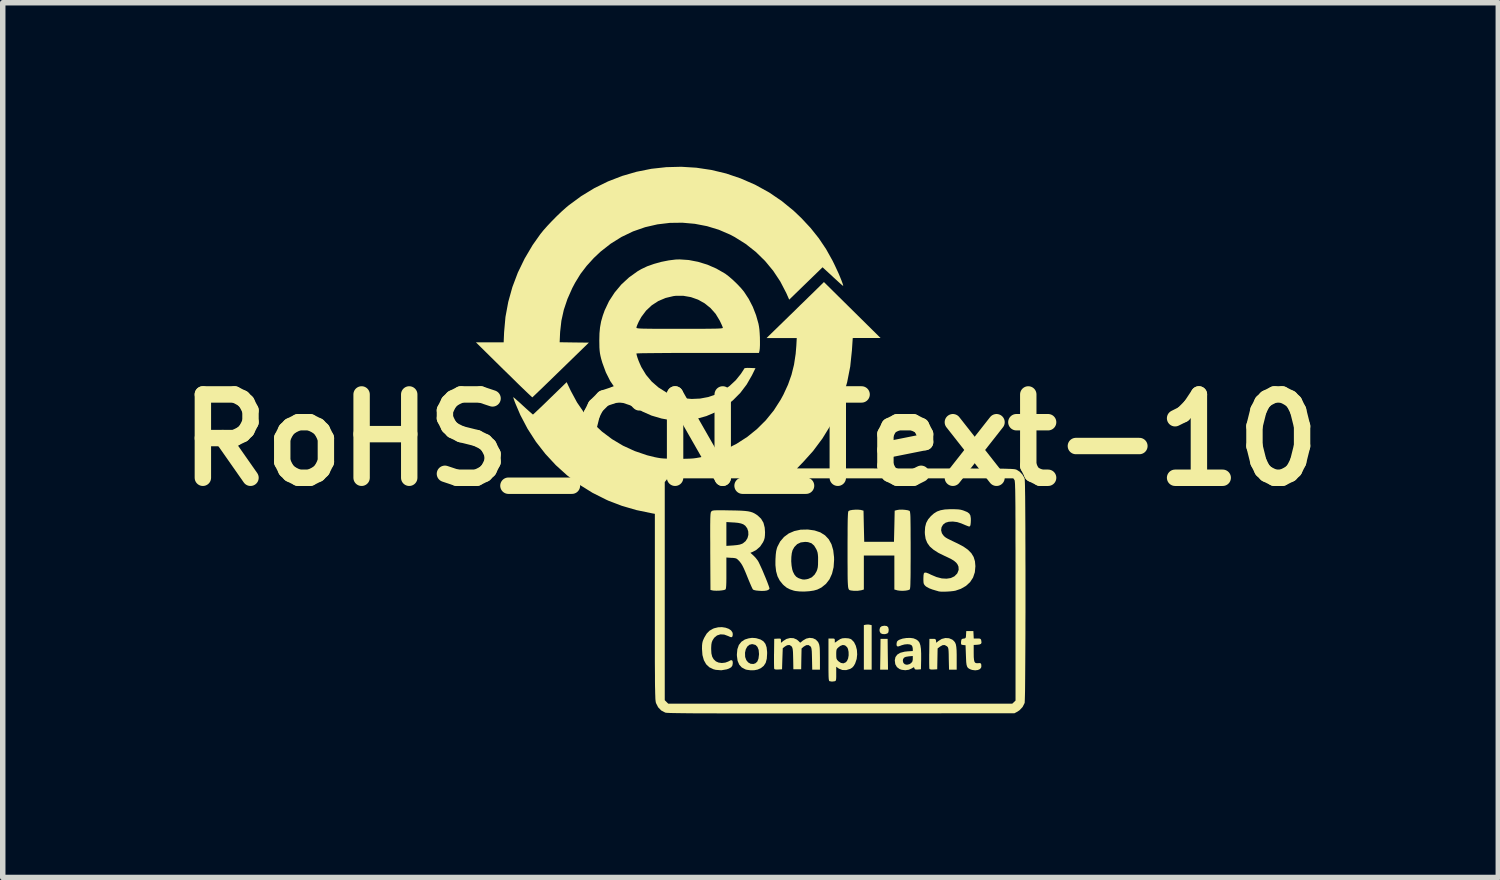
<source format=kicad_pcb>
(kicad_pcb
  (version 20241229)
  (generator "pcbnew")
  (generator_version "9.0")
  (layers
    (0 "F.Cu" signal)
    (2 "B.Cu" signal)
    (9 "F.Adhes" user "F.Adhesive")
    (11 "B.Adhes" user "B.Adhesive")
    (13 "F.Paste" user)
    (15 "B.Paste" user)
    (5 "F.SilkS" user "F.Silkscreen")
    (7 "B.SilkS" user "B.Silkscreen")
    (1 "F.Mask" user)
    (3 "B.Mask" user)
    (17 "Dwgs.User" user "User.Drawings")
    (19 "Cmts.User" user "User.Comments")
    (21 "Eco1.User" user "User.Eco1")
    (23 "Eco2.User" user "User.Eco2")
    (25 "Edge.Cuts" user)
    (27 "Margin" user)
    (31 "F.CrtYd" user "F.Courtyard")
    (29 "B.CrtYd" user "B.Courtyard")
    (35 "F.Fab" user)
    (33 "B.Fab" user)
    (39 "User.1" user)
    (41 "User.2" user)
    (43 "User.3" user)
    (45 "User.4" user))
  (footprint "RoHS_CN_Text-10"
    (layer "F.Cu")
    (at 10.675 4.998)
    (property "Reference" "RoHS_CN_Text-10" (at 0 0 0) (layer "F.SilkS") (effects (font (size 1.524 1.524) (thickness 0.3))))
    (attr board_only exclude_from_pos_files exclude_from_bom)
    (fp_poly (pts (xy 2.511 3.917) (xy 2.515 4.199) (xy 2.371 4.199) (xy 2.375 3.917) (xy 2.378 3.635) (xy 2.508 3.635)) (stroke (width 0) (type solid)) (fill yes) (layer "F.SilkS"))
    (fp_poly (pts (xy 2.182 3.377) (xy 2.216 3.385) (xy 2.216 4.199) (xy 2.073 4.199) (xy 2.073 3.384) (xy 2.111 3.376) (xy 2.151 3.373)) (stroke (width 0) (type solid)) (fill yes) (layer "F.SilkS"))
    (fp_poly (pts (xy 2.492 3.401) (xy 2.517 3.421) (xy 2.527 3.46) (xy 2.527 3.475) (xy 2.522 3.515) (xy 2.504 3.536) (xy 2.502 3.537) (xy 2.462 3.549) (xy 2.418 3.548) (xy 2.384 3.535) (xy 2.379 3.53) (xy 2.364 3.503) (xy 2.359 3.473) (xy 2.369 3.43) (xy 2.399 3.404) (xy 2.448 3.395) (xy 2.448 3.395)) (stroke (width 0) (type solid)) (fill yes) (layer "F.SilkS"))
    (fp_poly (pts (xy 3.63 3.624) (xy 3.69 3.649) (xy 3.7 3.657) (xy 3.724 3.679) (xy 3.743 3.705) (xy 3.756 3.738) (xy 3.764 3.783) (xy 3.769 3.843) (xy 3.771 3.923) (xy 3.771 3.985) (xy 3.771 4.199) (xy 3.631 4.199) (xy 3.626 3.997) (xy 3.625 3.92) (xy 3.623 3.865) (xy 3.62 3.827) (xy 3.615 3.803) (xy 3.608 3.787) (xy 3.598 3.776) (xy 3.591 3.77) (xy 3.553 3.749) (xy 3.514 3.75) (xy 3.469 3.775) (xy 3.465 3.778) (xy 3.422 3.811) (xy 3.415 4.192) (xy 3.347 4.196) (xy 3.3 4.196) (xy 3.276 4.189) (xy 3.272 4.183) (xy 3.27 4.165) (xy 3.269 4.126) (xy 3.268 4.069) (xy 3.268 3.998) (xy 3.268 3.919) (xy 3.269 3.9) (xy 3.272 3.635) (xy 3.331 3.635) (xy 3.367 3.636) (xy 3.385 3.644) (xy 3.392 3.661) (xy 3.393 3.671) (xy 3.397 3.707) (xy 3.436 3.675) (xy 3.497 3.637) (xy 3.564 3.62)) (stroke (width 0) (type solid)) (fill yes) (layer "F.SilkS"))
    (fp_poly (pts (xy 0.087 3.621) (xy 0.111 3.625) (xy 0.183 3.647) (xy 0.236 3.68) (xy 0.273 3.727) (xy 0.295 3.791) (xy 0.304 3.875) (xy 0.304 3.907) (xy 0.298 4) (xy 0.278 4.074) (xy 0.242 4.129) (xy 0.19 4.171) (xy 0.131 4.197) (xy 0.071 4.209) (xy 0.000406 4.21) (xy -0.067 4.201) (xy -0.095 4.193) (xy -0.16 4.158) (xy -0.206 4.107) (xy -0.236 4.037) (xy -0.248 3.948) (xy -0.249 3.92) (xy -0.246 3.888) (xy -0.1 3.888) (xy -0.098 3.958) (xy -0.097 3.968) (xy -0.077 4.024) (xy -0.043 4.066) (xy 0.002 4.091) (xy 0.052 4.095) (xy 0.091 4.082) (xy 0.125 4.05) (xy 0.146 3.997) (xy 0.155 3.926) (xy 0.156 3.914) (xy 0.149 3.837) (xy 0.127 3.782) (xy 0.092 3.747) (xy 0.041 3.733) (xy 0.026 3.732) (xy -0.021 3.744) (xy -0.059 3.777) (xy -0.086 3.826) (xy -0.1 3.888) (xy -0.246 3.888) (xy -0.24 3.825) (xy -0.213 3.748) (xy -0.167 3.689) (xy -0.103 3.647) (xy -0.034 3.626) (xy 0.028 3.617)) (stroke (width 0) (type solid)) (fill yes) (layer "F.SilkS"))
    (fp_poly (pts (xy 4.083 3.629) (xy 4.147 3.629) (xy 4.186 3.63) (xy 4.207 3.637) (xy 4.217 3.652) (xy 4.219 3.66) (xy 4.225 3.701) (xy 4.216 3.726) (xy 4.188 3.738) (xy 4.15 3.743) (xy 4.082 3.747) (xy 4.082 3.892) (xy 4.083 3.968) (xy 4.088 4.021) (xy 4.097 4.056) (xy 4.112 4.074) (xy 4.136 4.081) (xy 4.165 4.08) (xy 4.197 4.078) (xy 4.213 4.087) (xy 4.22 4.103) (xy 4.222 4.139) (xy 4.218 4.16) (xy 4.197 4.188) (xy 4.158 4.205) (xy 4.109 4.211) (xy 4.055 4.204) (xy 4.024 4.194) (xy 3.996 4.18) (xy 3.975 4.164) (xy 3.961 4.141) (xy 3.951 4.108) (xy 3.945 4.06) (xy 3.942 3.993) (xy 3.94 3.941) (xy 3.933 3.752) (xy 3.89 3.748) (xy 3.863 3.743) (xy 3.852 3.733) (xy 3.85 3.708) (xy 3.851 3.689) (xy 3.856 3.655) (xy 3.866 3.638) (xy 3.888 3.632) (xy 3.897 3.631) (xy 3.921 3.627) (xy 3.934 3.617) (xy 3.94 3.594) (xy 3.942 3.56) (xy 3.946 3.493) (xy 4.076 3.493)) (stroke (width 0) (type solid)) (fill yes) (layer "F.SilkS"))
    (fp_poly (pts (xy -0.457 3.431) (xy -0.4 3.451) (xy -0.356 3.48) (xy -0.33 3.518) (xy -0.324 3.547) (xy -0.328 3.586) (xy -0.341 3.604) (xy -0.366 3.603) (xy -0.408 3.584) (xy -0.481 3.557) (xy -0.55 3.553) (xy -0.612 3.573) (xy -0.663 3.615) (xy -0.693 3.661) (xy -0.708 3.698) (xy -0.716 3.742) (xy -0.719 3.801) (xy -0.719 3.823) (xy -0.715 3.901) (xy -0.701 3.96) (xy -0.675 4.007) (xy -0.635 4.045) (xy -0.631 4.048) (xy -0.584 4.069) (xy -0.524 4.077) (xy -0.462 4.07) (xy -0.406 4.05) (xy -0.398 4.045) (xy -0.36 4.026) (xy -0.337 4.027) (xy -0.326 4.049) (xy -0.324 4.081) (xy -0.331 4.123) (xy -0.353 4.155) (xy -0.395 4.179) (xy -0.435 4.193) (xy -0.534 4.21) (xy -0.635 4.202) (xy -0.678 4.191) (xy -0.753 4.155) (xy -0.811 4.1) (xy -0.853 4.025) (xy -0.879 3.931) (xy -0.887 3.818) (xy -0.887 3.815) (xy -0.886 3.755) (xy -0.881 3.711) (xy -0.872 3.674) (xy -0.855 3.634) (xy -0.844 3.611) (xy -0.801 3.539) (xy -0.75 3.487) (xy -0.686 3.45) (xy -0.662 3.441) (xy -0.592 3.424) (xy -0.522 3.421)) (stroke (width 0) (type solid)) (fill yes) (layer "F.SilkS"))
    (fp_poly (pts (xy 1.142 3.624) (xy 1.195 3.649) (xy 1.236 3.693) (xy 1.245 3.712) (xy 1.255 3.736) (xy 1.261 3.764) (xy 1.266 3.801) (xy 1.268 3.851) (xy 1.269 3.919) (xy 1.27 3.982) (xy 1.27 4.199) (xy 1.129 4.199) (xy 1.125 3.999) (xy 1.123 3.921) (xy 1.121 3.865) (xy 1.117 3.826) (xy 1.112 3.8) (xy 1.104 3.783) (xy 1.096 3.772) (xy 1.061 3.749) (xy 1.02 3.751) (xy 0.974 3.777) (xy 0.973 3.778) (xy 0.934 3.812) (xy 0.93 4.002) (xy 0.927 4.192) (xy 0.784 4.192) (xy 0.781 4.017) (xy 0.779 3.936) (xy 0.777 3.876) (xy 0.773 3.833) (xy 0.767 3.804) (xy 0.759 3.784) (xy 0.747 3.769) (xy 0.744 3.766) (xy 0.71 3.747) (xy 0.668 3.753) (xy 0.629 3.776) (xy 0.59 3.807) (xy 0.583 4) (xy 0.577 4.192) (xy 0.509 4.196) (xy 0.462 4.196) (xy 0.438 4.189) (xy 0.434 4.183) (xy 0.432 4.165) (xy 0.431 4.126) (xy 0.43 4.069) (xy 0.43 3.998) (xy 0.43 3.919) (xy 0.431 3.9) (xy 0.434 3.635) (xy 0.496 3.631) (xy 0.533 3.63) (xy 0.551 3.634) (xy 0.557 3.648) (xy 0.557 3.668) (xy 0.557 3.709) (xy 0.597 3.675) (xy 0.658 3.637) (xy 0.724 3.62) (xy 0.788 3.623) (xy 0.846 3.648) (xy 0.871 3.668) (xy 0.909 3.706) (xy 0.959 3.666) (xy 1.019 3.631) (xy 1.081 3.617)) (stroke (width 0) (type solid)) (fill yes) (layer "F.SilkS"))
    (fp_poly (pts (xy 2.981 3.626) (xy 2.988 3.629) (xy 3.032 3.647) (xy 3.066 3.672) (xy 3.091 3.706) (xy 3.107 3.754) (xy 3.117 3.818) (xy 3.121 3.902) (xy 3.121 4.007) (xy 3.121 4.011) (xy 3.117 4.192) (xy 3.061 4.196) (xy 3.024 4.197) (xy 3.006 4.19) (xy 2.998 4.174) (xy 2.992 4.157) (xy 2.983 4.155) (xy 2.962 4.168) (xy 2.951 4.175) (xy 2.897 4.2) (xy 2.832 4.209) (xy 2.765 4.201) (xy 2.727 4.188) (xy 2.678 4.152) (xy 2.648 4.099) (xy 2.64 4.038) (xy 2.786 4.038) (xy 2.797 4.077) (xy 2.824 4.101) (xy 2.861 4.109) (xy 2.905 4.099) (xy 2.934 4.081) (xy 2.958 4.055) (xy 2.967 4.021) (xy 2.968 4.002) (xy 2.968 3.949) (xy 2.897 3.955) (xy 2.841 3.964) (xy 2.807 3.98) (xy 2.79 4.008) (xy 2.786 4.038) (xy 2.64 4.038) (xy 2.639 4.031) (xy 2.639 4.027) (xy 2.651 3.969) (xy 2.685 3.923) (xy 2.74 3.89) (xy 2.818 3.87) (xy 2.874 3.864) (xy 2.968 3.858) (xy 2.968 3.816) (xy 2.962 3.78) (xy 2.947 3.753) (xy 2.947 3.753) (xy 2.917 3.738) (xy 2.87 3.733) (xy 2.816 3.738) (xy 2.762 3.753) (xy 2.748 3.759) (xy 2.706 3.774) (xy 2.682 3.772) (xy 2.671 3.751) (xy 2.672 3.718) (xy 2.679 3.686) (xy 2.699 3.665) (xy 2.726 3.65) (xy 2.782 3.631) (xy 2.851 3.62) (xy 2.921 3.618)) (stroke (width 0) (type solid)) (fill yes) (layer "F.SilkS"))
    (fp_poly (pts (xy 1.792 3.626) (xy 1.832 3.638) (xy 1.849 3.649) (xy 1.894 3.696) (xy 1.926 3.761) (xy 1.946 3.838) (xy 1.951 3.92) (xy 1.942 4.003) (xy 1.916 4.08) (xy 1.914 4.086) (xy 1.888 4.131) (xy 1.861 4.161) (xy 1.825 4.184) (xy 1.819 4.186) (xy 1.75 4.207) (xy 1.68 4.205) (xy 1.617 4.18) (xy 1.608 4.174) (xy 1.568 4.145) (xy 1.568 4.274) (xy 1.568 4.333) (xy 1.566 4.371) (xy 1.562 4.393) (xy 1.554 4.405) (xy 1.542 4.41) (xy 1.539 4.411) (xy 1.49 4.417) (xy 1.448 4.41) (xy 1.442 4.407) (xy 1.437 4.399) (xy 1.433 4.383) (xy 1.43 4.358) (xy 1.428 4.319) (xy 1.427 4.265) (xy 1.426 4.193) (xy 1.426 4.099) (xy 1.426 4.016) (xy 1.426 3.916) (xy 1.568 3.916) (xy 1.569 3.965) (xy 1.573 3.996) (xy 1.584 4.019) (xy 1.603 4.04) (xy 1.608 4.045) (xy 1.655 4.076) (xy 1.7 4.083) (xy 1.741 4.065) (xy 1.764 4.041) (xy 1.785 3.995) (xy 1.795 3.937) (xy 1.794 3.875) (xy 1.783 3.82) (xy 1.767 3.788) (xy 1.73 3.755) (xy 1.688 3.747) (xy 1.641 3.765) (xy 1.615 3.785) (xy 1.59 3.808) (xy 1.576 3.828) (xy 1.57 3.854) (xy 1.568 3.894) (xy 1.568 3.916) (xy 1.426 3.916) (xy 1.426 3.629) (xy 1.484 3.629) (xy 1.52 3.63) (xy 1.537 3.636) (xy 1.542 3.653) (xy 1.542 3.667) (xy 1.542 3.706) (xy 1.602 3.664) (xy 1.642 3.639) (xy 1.678 3.626) (xy 1.724 3.622) (xy 1.737 3.622)) (stroke (width 0) (type solid)) (fill yes) (layer "F.SilkS"))
    (fp_poly (pts (xy 1.05 1.636) (xy 1.172 1.653) (xy 1.277 1.688) (xy 1.363 1.742) (xy 1.431 1.814) (xy 1.481 1.905) (xy 1.513 2.014) (xy 1.528 2.143) (xy 1.529 2.19) (xy 1.52 2.325) (xy 1.491 2.444) (xy 1.445 2.546) (xy 1.38 2.63) (xy 1.298 2.696) (xy 1.222 2.734) (xy 1.158 2.752) (xy 1.078 2.764) (xy 0.99 2.77) (xy 0.903 2.769) (xy 0.827 2.761) (xy 0.793 2.754) (xy 0.721 2.73) (xy 0.664 2.701) (xy 0.613 2.66) (xy 0.591 2.639) (xy 0.535 2.57) (xy 0.494 2.491) (xy 0.468 2.398) (xy 0.456 2.288) (xy 0.456 2.217) (xy 0.745 2.217) (xy 0.751 2.295) (xy 0.763 2.364) (xy 0.776 2.406) (xy 0.804 2.461) (xy 0.835 2.498) (xy 0.874 2.523) (xy 0.903 2.534) (xy 0.948 2.548) (xy 0.985 2.551) (xy 1.028 2.545) (xy 1.055 2.539) (xy 1.121 2.51) (xy 1.174 2.459) (xy 1.209 2.399) (xy 1.222 2.364) (xy 1.231 2.325) (xy 1.235 2.276) (xy 1.236 2.208) (xy 1.236 2.203) (xy 1.236 2.138) (xy 1.232 2.091) (xy 1.226 2.054) (xy 1.214 2.019) (xy 1.203 1.995) (xy 1.164 1.93) (xy 1.115 1.887) (xy 1.052 1.866) (xy 0.999 1.862) (xy 0.919 1.872) (xy 0.854 1.903) (xy 0.802 1.956) (xy 0.769 2.015) (xy 0.755 2.069) (xy 0.747 2.139) (xy 0.745 2.217) (xy 0.456 2.217) (xy 0.457 2.176) (xy 0.462 2.094) (xy 0.47 2.03) (xy 0.483 1.978) (xy 0.492 1.952) (xy 0.543 1.854) (xy 0.613 1.772) (xy 0.699 1.708) (xy 0.801 1.664) (xy 0.916 1.639) (xy 1.044 1.636)) (stroke (width 0) (type solid)) (fill yes) (layer "F.SilkS"))
    (fp_poly (pts (xy 2.827 1.276) (xy 2.874 1.283) (xy 2.905 1.293) (xy 2.909 1.296) (xy 2.914 1.302) (xy 2.917 1.315) (xy 2.92 1.336) (xy 2.923 1.367) (xy 2.925 1.41) (xy 2.926 1.468) (xy 2.927 1.542) (xy 2.928 1.634) (xy 2.928 1.746) (xy 2.929 1.881) (xy 2.929 2.015) (xy 2.929 2.173) (xy 2.928 2.306) (xy 2.928 2.417) (xy 2.927 2.508) (xy 2.925 2.581) (xy 2.924 2.637) (xy 2.922 2.678) (xy 2.919 2.706) (xy 2.916 2.724) (xy 2.912 2.732) (xy 2.911 2.733) (xy 2.883 2.745) (xy 2.839 2.753) (xy 2.785 2.757) (xy 2.732 2.755) (xy 2.687 2.749) (xy 2.686 2.748) (xy 2.631 2.733) (xy 2.631 2.112) (xy 2.073 2.112) (xy 2.073 2.733) (xy 2.025 2.747) (xy 1.959 2.757) (xy 1.884 2.756) (xy 1.84 2.751) (xy 1.826 2.748) (xy 1.815 2.745) (xy 1.805 2.739) (xy 1.797 2.729) (xy 1.79 2.711) (xy 1.785 2.685) (xy 1.782 2.648) (xy 1.779 2.598) (xy 1.777 2.534) (xy 1.776 2.452) (xy 1.776 2.351) (xy 1.775 2.23) (xy 1.775 2.085) (xy 1.775 2.015) (xy 1.775 1.86) (xy 1.776 1.729) (xy 1.776 1.619) (xy 1.777 1.53) (xy 1.778 1.459) (xy 1.78 1.403) (xy 1.782 1.362) (xy 1.784 1.332) (xy 1.787 1.313) (xy 1.791 1.301) (xy 1.795 1.296) (xy 1.821 1.285) (xy 1.864 1.277) (xy 1.916 1.273) (xy 1.969 1.273) (xy 2.013 1.277) (xy 2.022 1.279) (xy 2.067 1.291) (xy 2.073 1.575) (xy 2.08 1.86) (xy 2.624 1.86) (xy 2.631 1.575) (xy 2.637 1.291) (xy 2.683 1.279) (xy 2.723 1.273) (xy 2.774 1.272)) (stroke (width 0) (type solid)) (fill yes) (layer "F.SilkS"))
    (fp_poly (pts (xy 3.747 1.265) (xy 3.802 1.268) (xy 3.845 1.274) (xy 3.885 1.285) (xy 3.907 1.293) (xy 3.965 1.317) (xy 4.001 1.344) (xy 4.021 1.378) (xy 4.029 1.427) (xy 4.03 1.463) (xy 4.028 1.51) (xy 4.024 1.548) (xy 4.018 1.568) (xy 4.012 1.576) (xy 4.005 1.58) (xy 3.993 1.58) (xy 3.971 1.572) (xy 3.935 1.558) (xy 3.881 1.535) (xy 3.855 1.524) (xy 3.78 1.5) (xy 3.701 1.49) (xy 3.626 1.494) (xy 3.568 1.511) (xy 3.522 1.546) (xy 3.494 1.594) (xy 3.486 1.648) (xy 3.5 1.703) (xy 3.524 1.739) (xy 3.54 1.757) (xy 3.556 1.772) (xy 3.576 1.786) (xy 3.605 1.803) (xy 3.645 1.823) (xy 3.701 1.85) (xy 3.776 1.886) (xy 3.785 1.89) (xy 3.893 1.947) (xy 3.977 2.006) (xy 4.039 2.069) (xy 4.081 2.138) (xy 4.105 2.217) (xy 4.113 2.307) (xy 4.103 2.417) (xy 4.07 2.515) (xy 4.016 2.598) (xy 3.941 2.667) (xy 3.846 2.721) (xy 3.749 2.754) (xy 3.709 2.761) (xy 3.654 2.767) (xy 3.594 2.771) (xy 3.534 2.773) (xy 3.482 2.772) (xy 3.447 2.768) (xy 3.441 2.767) (xy 3.423 2.761) (xy 3.387 2.751) (xy 3.341 2.737) (xy 3.335 2.736) (xy 3.269 2.711) (xy 3.218 2.683) (xy 3.202 2.671) (xy 3.182 2.65) (xy 3.17 2.63) (xy 3.164 2.602) (xy 3.162 2.561) (xy 3.162 2.536) (xy 3.164 2.477) (xy 3.17 2.44) (xy 3.186 2.423) (xy 3.215 2.425) (xy 3.26 2.442) (xy 3.3 2.462) (xy 3.402 2.505) (xy 3.498 2.53) (xy 3.586 2.535) (xy 3.664 2.523) (xy 3.729 2.492) (xy 3.778 2.443) (xy 3.784 2.433) (xy 3.807 2.374) (xy 3.804 2.315) (xy 3.785 2.272) (xy 3.761 2.241) (xy 3.726 2.211) (xy 3.677 2.18) (xy 3.609 2.146) (xy 3.551 2.119) (xy 3.437 2.063) (xy 3.348 2.006) (xy 3.28 1.947) (xy 3.233 1.881) (xy 3.203 1.808) (xy 3.19 1.724) (xy 3.188 1.684) (xy 3.194 1.591) (xy 3.213 1.516) (xy 3.248 1.451) (xy 3.298 1.392) (xy 3.354 1.342) (xy 3.412 1.306) (xy 3.477 1.283) (xy 3.554 1.269) (xy 3.65 1.264) (xy 3.674 1.264)) (stroke (width 0) (type solid)) (fill yes) (layer "F.SilkS"))
    (fp_poly (pts (xy -0.99 -4.981) (xy -0.716 -4.94) (xy -0.445 -4.875) (xy -0.18 -4.785) (xy 0.08 -4.672) (xy 0.097 -4.663) (xy 0.342 -4.528) (xy 0.571 -4.372) (xy 0.787 -4.196) (xy 0.927 -4.063) (xy 1.099 -3.879) (xy 1.249 -3.691) (xy 1.382 -3.493) (xy 1.501 -3.28) (xy 1.543 -3.194) (xy 1.576 -3.123) (xy 1.609 -3.052) (xy 1.638 -2.983) (xy 1.663 -2.921) (xy 1.682 -2.87) (xy 1.693 -2.835) (xy 1.695 -2.819) (xy 1.695 -2.818) (xy 1.685 -2.826) (xy 1.658 -2.848) (xy 1.619 -2.883) (xy 1.57 -2.928) (xy 1.513 -2.98) (xy 1.505 -2.988) (xy 1.318 -3.16) (xy 1.013 -2.864) (xy 0.708 -2.568) (xy 0.654 -2.69) (xy 0.545 -2.9) (xy 0.415 -3.096) (xy 0.265 -3.277) (xy 0.097 -3.441) (xy -0.088 -3.587) (xy -0.289 -3.713) (xy -0.372 -3.757) (xy -0.578 -3.846) (xy -0.795 -3.912) (xy -1.018 -3.955) (xy -1.245 -3.975) (xy -1.474 -3.972) (xy -1.701 -3.945) (xy -1.923 -3.894) (xy -1.927 -3.893) (xy -2.148 -3.816) (xy -2.358 -3.715) (xy -2.557 -3.591) (xy -2.743 -3.445) (xy -2.864 -3.331) (xy -2.996 -3.186) (xy -3.109 -3.038) (xy -3.207 -2.878) (xy -3.259 -2.78) (xy -3.348 -2.579) (xy -3.414 -2.382) (xy -3.458 -2.184) (xy -3.481 -1.981) (xy -3.483 -1.947) (xy -3.49 -1.789) (xy -3.223 -1.785) (xy -2.956 -1.782) (xy -3.469 -1.283) (xy -3.565 -1.19) (xy -3.655 -1.102) (xy -3.738 -1.022) (xy -3.812 -0.95) (xy -3.876 -0.889) (xy -3.927 -0.84) (xy -3.964 -0.805) (xy -3.985 -0.785) (xy -3.99 -0.781) (xy -4 -0.79) (xy -4.027 -0.815) (xy -4.07 -0.855) (xy -4.125 -0.908) (xy -4.193 -0.973) (xy -4.27 -1.048) (xy -4.355 -1.132) (xy -4.447 -1.222) (xy -4.51 -1.283) (xy -5.022 -1.788) (xy -4.768 -1.788) (xy -4.514 -1.788) (xy -4.506 -1.973) (xy -4.481 -2.252) (xy -4.43 -2.527) (xy -4.355 -2.797) (xy -4.255 -3.062) (xy -4.131 -3.318) (xy -3.984 -3.567) (xy -3.844 -3.765) (xy -3.787 -3.836) (xy -3.714 -3.918) (xy -3.631 -4.006) (xy -3.543 -4.095) (xy -3.455 -4.179) (xy -3.372 -4.253) (xy -3.324 -4.293) (xy -3.096 -4.461) (xy -2.856 -4.607) (xy -2.606 -4.73) (xy -2.348 -4.83) (xy -2.083 -4.907) (xy -1.813 -4.961) (xy -1.54 -4.991) (xy -1.265 -4.998)) (stroke (width 0) (type solid)) (fill yes) (layer "F.SilkS"))
    (fp_poly (pts (xy -0.481 1.284) (xy -0.383 1.286) (xy -0.376 1.286) (xy -0.263 1.288) (xy -0.173 1.291) (xy -0.101 1.296) (xy -0.043 1.303) (xy 0.003 1.313) (xy 0.042 1.326) (xy 0.078 1.344) (xy 0.114 1.367) (xy 0.132 1.38) (xy 0.194 1.439) (xy 0.237 1.512) (xy 0.26 1.601) (xy 0.266 1.685) (xy 0.264 1.745) (xy 0.259 1.789) (xy 0.248 1.827) (xy 0.229 1.869) (xy 0.176 1.948) (xy 0.105 2.01) (xy 0.045 2.042) (xy -0.002 2.062) (xy 0.054 2.112) (xy 0.094 2.153) (xy 0.131 2.201) (xy 0.145 2.224) (xy 0.166 2.267) (xy 0.192 2.323) (xy 0.221 2.387) (xy 0.25 2.457) (xy 0.279 2.526) (xy 0.305 2.591) (xy 0.326 2.647) (xy 0.341 2.689) (xy 0.347 2.714) (xy 0.348 2.718) (xy 0.333 2.735) (xy 0.303 2.75) (xy 0.298 2.751) (xy 0.258 2.757) (xy 0.206 2.759) (xy 0.152 2.756) (xy 0.101 2.751) (xy 0.063 2.742) (xy 0.045 2.733) (xy 0.035 2.716) (xy 0.017 2.678) (xy -0.006 2.625) (xy -0.033 2.561) (xy -0.059 2.497) (xy -0.094 2.411) (xy -0.123 2.345) (xy -0.148 2.295) (xy -0.171 2.257) (xy -0.194 2.227) (xy -0.2 2.219) (xy -0.23 2.188) (xy -0.254 2.169) (xy -0.28 2.16) (xy -0.318 2.155) (xy -0.348 2.154) (xy -0.441 2.148) (xy -0.441 2.433) (xy -0.441 2.53) (xy -0.442 2.604) (xy -0.444 2.658) (xy -0.447 2.695) (xy -0.451 2.719) (xy -0.457 2.731) (xy -0.459 2.733) (xy -0.482 2.742) (xy -0.523 2.749) (xy -0.574 2.754) (xy -0.626 2.755) (xy -0.672 2.753) (xy -0.693 2.75) (xy -0.732 2.741) (xy -0.736 2.036) (xy -0.736 1.882) (xy -0.737 1.752) (xy -0.737 1.644) (xy -0.737 1.555) (xy -0.736 1.499) (xy -0.441 1.499) (xy -0.441 1.935) (xy -0.316 1.927) (xy -0.246 1.92) (xy -0.195 1.911) (xy -0.156 1.897) (xy -0.139 1.889) (xy -0.089 1.848) (xy -0.055 1.794) (xy -0.039 1.734) (xy -0.041 1.672) (xy -0.06 1.614) (xy -0.096 1.566) (xy -0.133 1.54) (xy -0.174 1.525) (xy -0.227 1.514) (xy -0.3 1.507) (xy -0.313 1.507) (xy -0.441 1.499) (xy -0.736 1.499) (xy -0.736 1.484) (xy -0.735 1.429) (xy -0.733 1.387) (xy -0.731 1.356) (xy -0.728 1.335) (xy -0.725 1.32) (xy -0.72 1.311) (xy -0.716 1.306) (xy -0.708 1.298) (xy -0.697 1.292) (xy -0.679 1.288) (xy -0.652 1.285) (xy -0.612 1.284) (xy -0.556 1.284)) (stroke (width 0) (type solid)) (fill yes) (layer "F.SilkS"))
    (fp_poly (pts (xy -1.13 -3.293) (xy -0.959 -3.26) (xy -0.789 -3.208) (xy -0.626 -3.137) (xy -0.476 -3.051) (xy -0.461 -3.042) (xy -0.394 -2.991) (xy -0.319 -2.926) (xy -0.243 -2.853) (xy -0.173 -2.779) (xy -0.116 -2.71) (xy -0.116 -2.709) (xy -0.032 -2.581) (xy 0.042 -2.437) (xy 0.102 -2.283) (xy 0.146 -2.127) (xy 0.156 -2.073) (xy 0.163 -2.021) (xy 0.168 -1.954) (xy 0.172 -1.88) (xy 0.173 -1.804) (xy 0.173 -1.734) (xy 0.17 -1.675) (xy 0.165 -1.634) (xy 0.164 -1.63) (xy 0.155 -1.594) (xy -0.966 -1.594) (xy -1.134 -1.594) (xy -1.294 -1.594) (xy -1.445 -1.593) (xy -1.584 -1.592) (xy -1.711 -1.591) (xy -1.822 -1.59) (xy -1.916 -1.589) (xy -1.991 -1.588) (xy -2.046 -1.586) (xy -2.078 -1.585) (xy -2.086 -1.583) (xy -2.081 -1.554) (xy -2.067 -1.507) (xy -2.047 -1.451) (xy -2.022 -1.392) (xy -1.997 -1.337) (xy -1.995 -1.333) (xy -1.91 -1.193) (xy -1.806 -1.069) (xy -1.684 -0.963) (xy -1.545 -0.875) (xy -1.39 -0.808) (xy -1.374 -0.802) (xy -1.229 -0.766) (xy -1.076 -0.752) (xy -0.922 -0.759) (xy -0.772 -0.787) (xy -0.645 -0.83) (xy -0.509 -0.9) (xy -0.383 -0.989) (xy -0.27 -1.094) (xy -0.177 -1.209) (xy -0.171 -1.218) (xy -0.145 -1.258) (xy -0.124 -1.29) (xy -0.115 -1.309) (xy -0.114 -1.309) (xy -0.099 -1.316) (xy -0.061 -1.32) (xy -0.009 -1.319) (xy 0.091 -1.315) (xy 0.027 -1.185) (xy -0.07 -1.016) (xy -0.186 -0.863) (xy -0.32 -0.728) (xy -0.469 -0.611) (xy -0.631 -0.514) (xy -0.806 -0.439) (xy -0.99 -0.387) (xy -1.018 -0.382) (xy -1.077 -0.373) (xy -1.149 -0.365) (xy -1.228 -0.359) (xy -1.304 -0.356) (xy -1.371 -0.355) (xy -1.421 -0.358) (xy -1.426 -0.358) (xy -1.626 -0.394) (xy -1.81 -0.448) (xy -1.979 -0.523) (xy -2.135 -0.618) (xy -2.281 -0.735) (xy -2.348 -0.8) (xy -2.467 -0.936) (xy -2.566 -1.081) (xy -2.645 -1.238) (xy -2.709 -1.412) (xy -2.731 -1.487) (xy -2.744 -1.541) (xy -2.753 -1.588) (xy -2.759 -1.637) (xy -2.763 -1.694) (xy -2.764 -1.765) (xy -2.765 -1.821) (xy -2.762 -1.951) (xy -2.752 -2.056) (xy -2.086 -2.056) (xy -2.085 -2.052) (xy -2.079 -2.048) (xy -2.066 -2.045) (xy -2.046 -2.042) (xy -2.015 -2.04) (xy -1.972 -2.038) (xy -1.915 -2.037) (xy -1.843 -2.036) (xy -1.753 -2.035) (xy -1.643 -2.035) (xy -1.512 -2.035) (xy -1.357 -2.035) (xy -1.296 -2.035) (xy -1.13 -2.035) (xy -0.989 -2.035) (xy -0.87 -2.035) (xy -0.771 -2.036) (xy -0.691 -2.037) (xy -0.628 -2.038) (xy -0.58 -2.04) (xy -0.546 -2.042) (xy -0.523 -2.045) (xy -0.51 -2.048) (xy -0.506 -2.052) (xy -0.505 -2.053) (xy -0.511 -2.071) (xy -0.526 -2.107) (xy -0.548 -2.154) (xy -0.564 -2.187) (xy -0.638 -2.309) (xy -0.731 -2.414) (xy -0.839 -2.501) (xy -0.959 -2.568) (xy -1.089 -2.614) (xy -1.226 -2.638) (xy -1.367 -2.638) (xy -1.409 -2.633) (xy -1.552 -2.599) (xy -1.685 -2.543) (xy -1.804 -2.466) (xy -1.909 -2.368) (xy -1.996 -2.252) (xy -2.042 -2.169) (xy -2.063 -2.123) (xy -2.079 -2.084) (xy -2.086 -2.059) (xy -2.086 -2.056) (xy -2.752 -2.056) (xy -2.751 -2.064) (xy -2.732 -2.169) (xy -2.702 -2.274) (xy -2.667 -2.372) (xy -2.587 -2.541) (xy -2.484 -2.699) (xy -2.362 -2.845) (xy -2.221 -2.975) (xy -2.065 -3.087) (xy -1.996 -3.127) (xy -1.889 -3.178) (xy -1.764 -3.222) (xy -1.631 -3.259) (xy -1.495 -3.286) (xy -1.367 -3.302) (xy -1.296 -3.304)) (stroke (width 0) (type solid)) (fill yes) (layer "F.SilkS"))
    (fp_poly (pts (xy 1.86 -2.379) (xy 2.378 -1.867) (xy 1.87 -1.866) (xy 1.855 -1.641) (xy 1.824 -1.345) (xy 1.768 -1.059) (xy 1.689 -0.784) (xy 1.587 -0.52) (xy 1.463 -0.268) (xy 1.315 -0.028) (xy 1.145 0.2) (xy 0.967 0.398) (xy 0.851 0.518) (xy 2.833 0.519) (xy 3.098 0.519) (xy 3.339 0.519) (xy 3.556 0.519) (xy 3.751 0.519) (xy 3.925 0.519) (xy 4.079 0.52) (xy 4.215 0.52) (xy 4.334 0.521) (xy 4.436 0.521) (xy 4.524 0.522) (xy 4.599 0.523) (xy 4.661 0.524) (xy 4.712 0.526) (xy 4.753 0.527) (xy 4.785 0.529) (xy 4.811 0.531) (xy 4.83 0.533) (xy 4.844 0.536) (xy 4.855 0.538) (xy 4.863 0.541) (xy 4.866 0.543) (xy 4.924 0.579) (xy 4.973 0.631) (xy 5.007 0.689) (xy 5.014 0.709) (xy 5.016 0.729) (xy 5.018 0.773) (xy 5.02 0.839) (xy 5.021 0.926) (xy 5.023 1.032) (xy 5.024 1.155) (xy 5.025 1.294) (xy 5.026 1.447) (xy 5.027 1.611) (xy 5.027 1.786) (xy 5.028 1.97) (xy 5.028 2.16) (xy 5.029 2.356) (xy 5.029 2.555) (xy 5.029 2.756) (xy 5.029 2.957) (xy 5.029 3.156) (xy 5.028 3.352) (xy 5.028 3.542) (xy 5.027 3.726) (xy 5.026 3.901) (xy 5.025 4.066) (xy 5.024 4.219) (xy 5.023 4.358) (xy 5.022 4.482) (xy 5.021 4.589) (xy 5.019 4.676) (xy 5.017 4.743) (xy 5.015 4.788) (xy 5.014 4.809) (xy 5.013 4.809) (xy 4.976 4.882) (xy 4.92 4.941) (xy 4.882 4.967) (xy 4.827 4.996) (xy 1.659 4.998) (xy 1.313 4.999) (xy 0.992 4.999) (xy 0.696 4.999) (xy 0.422 4.999) (xy 0.171 4.999) (xy -0.059 4.999) (xy -0.268 4.999) (xy -0.457 4.999) (xy -0.628 4.998) (xy -0.781 4.998) (xy -0.918 4.997) (xy -1.038 4.997) (xy -1.143 4.996) (xy -1.234 4.995) (xy -1.311 4.994) (xy -1.377 4.993) (xy -1.43 4.992) (xy -1.473 4.991) (xy -1.507 4.989) (xy -1.532 4.988) (xy -1.548 4.986) (xy -1.558 4.984) (xy -1.559 4.984) (xy -1.633 4.945) (xy -1.689 4.887) (xy -1.727 4.812) (xy -1.73 4.802) (xy -1.733 4.79) (xy -1.735 4.774) (xy -1.737 4.757) (xy -1.568 4.757) (xy -1.536 4.789) (xy -1.504 4.821) (xy 4.787 4.821) (xy 4.817 4.793) (xy 4.847 4.764) (xy 4.847 2.761) (xy 4.847 2.492) (xy 4.847 2.249) (xy 4.847 2.028) (xy 4.846 1.83) (xy 4.846 1.653) (xy 4.846 1.497) (xy 4.845 1.358) (xy 4.845 1.238) (xy 4.844 1.134) (xy 4.843 1.045) (xy 4.842 0.97) (xy 4.841 0.907) (xy 4.839 0.857) (xy 4.838 0.816) (xy 4.836 0.785) (xy 4.834 0.762) (xy 4.832 0.746) (xy 4.83 0.735) (xy 4.827 0.729) (xy 4.827 0.729) (xy 4.806 0.7) (xy -1.514 0.7) (xy -1.541 0.734) (xy -1.568 0.768) (xy -1.568 4.757) (xy -1.737 4.757) (xy -1.738 4.751) (xy -1.74 4.721) (xy -1.741 4.681) (xy -1.743 4.632) (xy -1.744 4.572) (xy -1.746 4.498) (xy -1.747 4.411) (xy -1.747 4.308) (xy -1.748 4.188) (xy -1.749 4.05) (xy -1.749 3.894) (xy -1.749 3.716) (xy -1.749 3.516) (xy -1.749 3.294) (xy -1.749 3.046) (xy -1.749 1.349) (xy -1.798 1.34) (xy -2.083 1.281) (xy -2.349 1.204) (xy -2.598 1.109) (xy -2.637 1.091) (xy -2.89 0.964) (xy -3.128 0.816) (xy -3.352 0.647) (xy -3.56 0.459) (xy -3.751 0.253) (xy -3.924 0.031) (xy -4.077 -0.207) (xy -4.209 -0.458) (xy -4.298 -0.666) (xy -4.317 -0.715) (xy -4.331 -0.755) (xy -4.338 -0.78) (xy -4.339 -0.785) (xy -4.328 -0.778) (xy -4.302 -0.756) (xy -4.263 -0.721) (xy -4.214 -0.678) (xy -4.16 -0.628) (xy -4.104 -0.577) (xy -4.055 -0.533) (xy -4.015 -0.498) (xy -3.989 -0.475) (xy -3.978 -0.467) (xy -3.967 -0.476) (xy -3.941 -0.5) (xy -3.9 -0.539) (xy -3.847 -0.589) (xy -3.784 -0.649) (xy -3.715 -0.716) (xy -3.667 -0.763) (xy -3.362 -1.059) (xy -3.286 -0.899) (xy -3.172 -0.688) (xy -3.038 -0.493) (xy -2.886 -0.315) (xy -2.717 -0.156) (xy -2.532 -0.017) (xy -2.331 0.103) (xy -2.117 0.201) (xy -1.891 0.278) (xy -1.749 0.313) (xy -1.698 0.323) (xy -1.65 0.331) (xy -1.599 0.336) (xy -1.541 0.339) (xy -1.469 0.342) (xy -1.379 0.342) (xy -1.335 0.343) (xy -1.236 0.343) (xy -1.157 0.341) (xy -1.094 0.339) (xy -1.04 0.335) (xy -0.99 0.328) (xy -0.939 0.319) (xy -0.911 0.314) (xy -0.682 0.255) (xy -0.463 0.173) (xy -0.256 0.069) (xy -0.062 -0.056) (xy 0.117 -0.2) (xy 0.28 -0.362) (xy 0.426 -0.542) (xy 0.551 -0.737) (xy 0.601 -0.829) (xy 0.686 -1.013) (xy 0.75 -1.194) (xy 0.796 -1.379) (xy 0.826 -1.576) (xy 0.838 -1.72) (xy 0.846 -1.866) (xy 0.294 -1.866) (xy 0.636 -2.199) (xy 0.724 -2.285) (xy 0.815 -2.373) (xy 0.904 -2.461) (xy 0.989 -2.543) (xy 1.065 -2.618) (xy 1.129 -2.68) (xy 1.161 -2.711) (xy 1.343 -2.89)) (stroke (width 0) (type solid)) (fill yes) (layer "F.SilkS")))
  (gr_rect
    (start -3 -3)
    (end 24.351 12.997)
    (stroke (width 0.1) (type default))
    (fill no)
    (layer "Edge.Cuts")))
</source>
